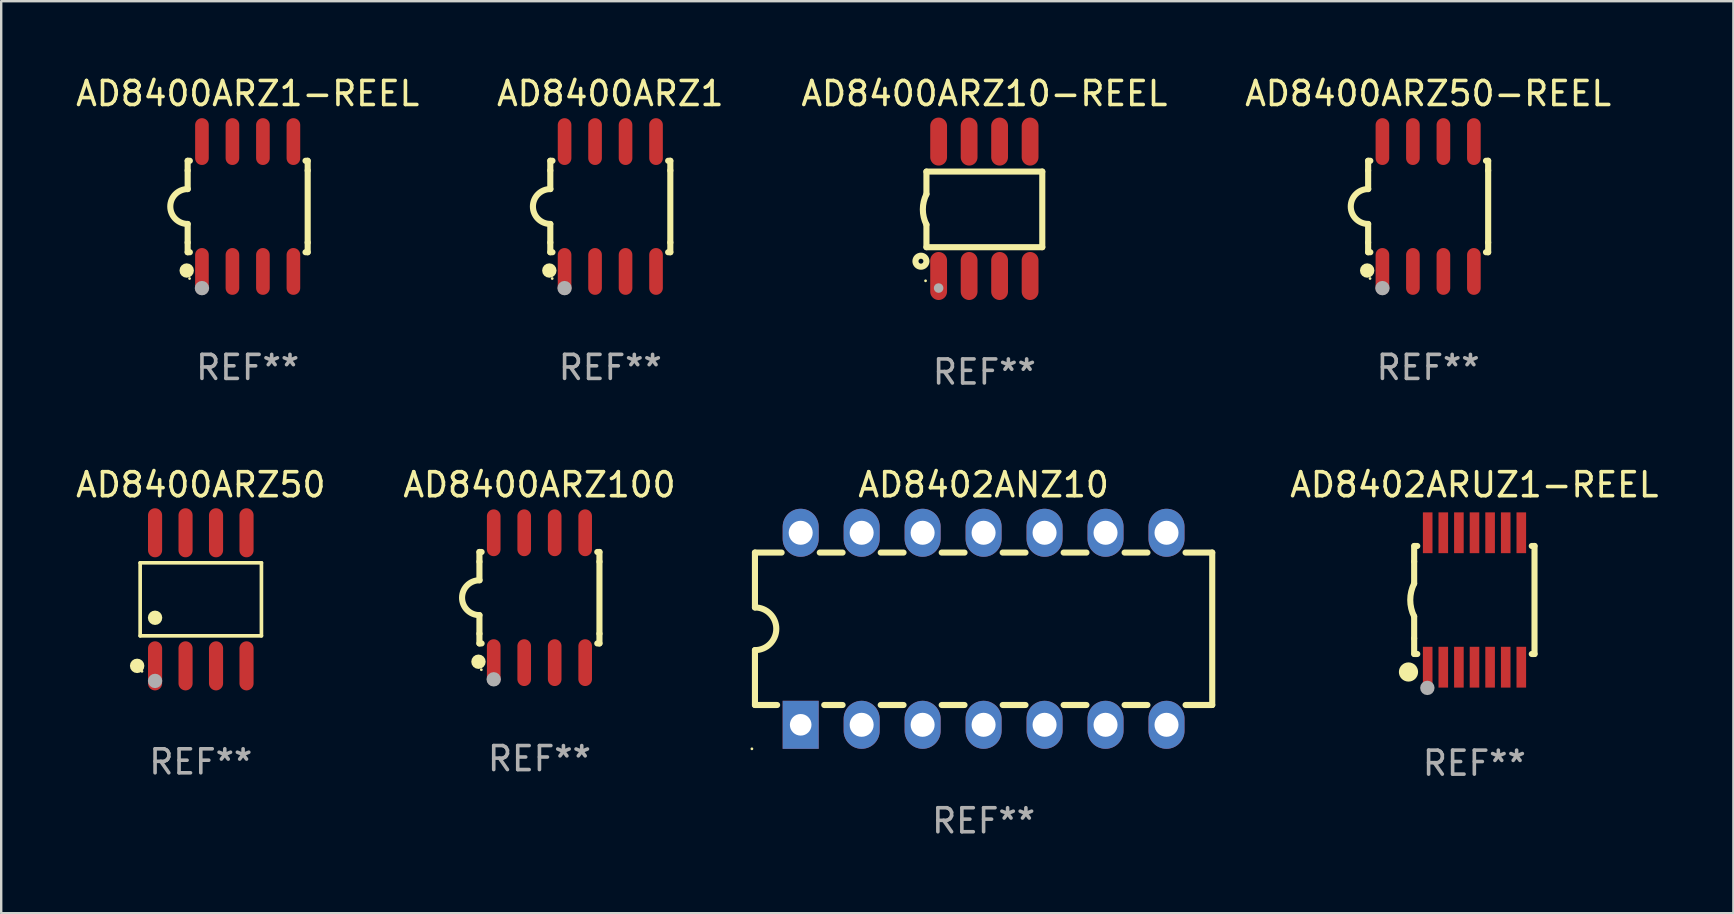
<source format=kicad_pcb>
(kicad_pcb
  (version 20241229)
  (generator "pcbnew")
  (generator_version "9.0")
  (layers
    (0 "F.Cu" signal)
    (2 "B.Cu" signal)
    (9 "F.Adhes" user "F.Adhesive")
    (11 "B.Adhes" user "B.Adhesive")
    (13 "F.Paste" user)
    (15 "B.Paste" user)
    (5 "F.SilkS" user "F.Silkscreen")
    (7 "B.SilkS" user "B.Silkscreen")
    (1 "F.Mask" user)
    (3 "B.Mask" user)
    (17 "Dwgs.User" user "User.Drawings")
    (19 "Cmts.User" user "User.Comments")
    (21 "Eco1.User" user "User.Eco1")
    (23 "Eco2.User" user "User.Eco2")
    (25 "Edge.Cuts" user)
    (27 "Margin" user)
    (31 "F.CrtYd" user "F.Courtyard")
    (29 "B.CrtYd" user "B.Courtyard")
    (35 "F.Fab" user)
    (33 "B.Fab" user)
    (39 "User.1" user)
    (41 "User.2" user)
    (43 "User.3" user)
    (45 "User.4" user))
  (footprint "AD8400ARZ50-REEL"
    (layer "F.Cu")
    (at 56.446 5.553)
    (property "Reference" "AD8400ARZ50-REEL" (at 0 -4.705 0) (layer "F.SilkS") (effects (font (size 1 1) (thickness 0.15))))
    (attr through_hole)
    (fp_line (start -2.5 -1.905) (end -2.409 -1.905) (stroke (width 0.254) (type solid)) (layer "F.SilkS"))
    (fp_line (start -2.5 -1.5) (end -2.5 -1.905) (stroke (width 0.254) (type solid)) (layer "F.SilkS"))
    (fp_line (start -2.5 -1.5) (end -2.5 -0.726) (stroke (width 0.254) (type solid)) (layer "F.SilkS"))
    (fp_line (start -2.5 1.5) (end -2.5 0.727) (stroke (width 0.254) (type solid)) (layer "F.SilkS"))
    (fp_line (start -2.5 1.5) (end -2.5 1.905) (stroke (width 0.254) (type solid)) (layer "F.SilkS"))
    (fp_line (start -2.5 1.905) (end -2.409 1.905) (stroke (width 0.254) (type solid)) (layer "F.SilkS"))
    (fp_line (start 2.5 -1.905) (end 2.409 -1.905) (stroke (width 0.254) (type solid)) (layer "F.SilkS"))
    (fp_line (start 2.5 -1.5) (end 2.5 -1.905) (stroke (width 0.254) (type solid)) (layer "F.SilkS"))
    (fp_line (start 2.5 -1.5) (end 2.5 1.5) (stroke (width 0.254) (type solid)) (layer "F.SilkS"))
    (fp_line (start 2.5 1.5) (end 2.5 1.905) (stroke (width 0.254) (type solid)) (layer "F.SilkS"))
    (fp_line (start 2.5 1.905) (end 2.409 1.905) (stroke (width 0.254) (type solid)) (layer "F.SilkS"))
    (fp_arc (start -2.5 0.726568) (mid -3.220316 -0.0023) (end -2.495097 -0.726289) (stroke (width 0.254001) (type solid)) (layer "F.SilkS"))
    (fp_circle (center -2.54 2.667) (end -2.39 2.667) (stroke (width 0.3) (type solid)) (fill no) (layer "F.SilkS"))
    (fp_circle (center -2.42 3) (end -2.39 3) (stroke (width 0.06) (type solid)) (fill no) (layer "F.SilkS"))
    (fp_circle (center -1.905 3.4) (end -1.755 3.4) (stroke (width 0.3) (type solid)) (fill no) (layer "F.Fab"))
    (fp_text user "REF**" (at 0 6.705 0) (layer "F.Fab") (effects (font (size 1 1) (thickness 0.15))))
    (pad "1" smd oval (at -1.905 2.705) (size 0.568 1.95) (layers "F.Cu" "F.Mask" "F.Paste"))
    (pad "2" smd oval (at -0.635 2.705) (size 0.568 1.95) (layers "F.Cu" "F.Mask" "F.Paste"))
    (pad "3" smd oval (at 0.635 2.705) (size 0.568 1.95) (layers "F.Cu" "F.Mask" "F.Paste"))
    (pad "4" smd oval (at 1.905 2.705) (size 0.568 1.95) (layers "F.Cu" "F.Mask" "F.Paste"))
    (pad "5" smd oval (at 1.905 -2.705) (size 0.568 1.95) (layers "F.Cu" "F.Mask" "F.Paste"))
    (pad "6" smd oval (at 0.635 -2.705) (size 0.568 1.95) (layers "F.Cu" "F.Mask" "F.Paste"))
    (pad "7" smd oval (at -0.635 -2.705) (size 0.568 1.95) (layers "F.Cu" "F.Mask" "F.Paste"))
    (pad "8" smd oval (at -1.905 -2.705) (size 0.568 1.95) (layers "F.Cu" "F.Mask" "F.Paste")))
  (footprint "AD8400ARZ10-REEL"
    (layer "F.Cu")
    (at 37.958 5.648)
    (property "Reference" "AD8400ARZ10-REEL" (at 0 -4.8 0) (layer "F.SilkS") (effects (font (size 1 1) (thickness 0.15))))
    (attr through_hole)
    (fp_line (start -2.413 -1.55) (end -2.413 -0.61) (stroke (width 0.254) (type solid)) (layer "F.SilkS"))
    (fp_line (start -2.413 0.66) (end -2.413 1.6) (stroke (width 0.254) (type solid)) (layer "F.SilkS"))
    (fp_line (start -2.413 1.6) (end 2.413 1.6) (stroke (width 0.254) (type solid)) (layer "F.SilkS"))
    (fp_line (start 2.413 -1.55) (end -2.413 -1.55) (stroke (width 0.254) (type solid)) (layer "F.SilkS"))
    (fp_line (start 2.413 1.6) (end 2.413 -1.55) (stroke (width 0.254) (type solid)) (layer "F.SilkS"))
    (fp_arc (start -2.413005 0.6603) (mid -2.562909 0.025298) (end -2.413005 -0.609703) (stroke (width 0.254001) (type solid)) (layer "F.SilkS"))
    (fp_circle (center -2.642 2.184) (end -2.54 2.184) (stroke (width 0.254) (type solid)) (fill no) (layer "F.SilkS"))
    (fp_circle (center -2.45 3) (end -2.42 3) (stroke (width 0.06) (type solid)) (fill no) (layer "F.SilkS"))
    (fp_circle (center -1.905 3.302) (end -1.805 3.302) (stroke (width 0.2) (type solid)) (fill no) (layer "F.Fab"))
    (fp_text user "REF**" (at 0 6.8 0) (layer "F.Fab") (effects (font (size 1 1) (thickness 0.15))))
    (pad "1" smd oval (at -1.905 2.8 180) (size 0.7 2) (layers "F.Cu" "F.Mask" "F.Paste"))
    (pad "2" smd oval (at -0.635 2.8 180) (size 0.7 2) (layers "F.Cu" "F.Mask" "F.Paste"))
    (pad "3" smd oval (at 0.635 2.8 180) (size 0.7 2) (layers "F.Cu" "F.Mask" "F.Paste"))
    (pad "4" smd oval (at 1.905 2.8 180) (size 0.7 2) (layers "F.Cu" "F.Mask" "F.Paste"))
    (pad "5" smd oval (at 1.905 -2.8 180) (size 0.7 2) (layers "F.Cu" "F.Mask" "F.Paste"))
    (pad "6" smd oval (at 0.635 -2.8 180) (size 0.7 2) (layers "F.Cu" "F.Mask" "F.Paste"))
    (pad "7" smd oval (at -0.635 -2.8 180) (size 0.7 2) (layers "F.Cu" "F.Mask" "F.Paste"))
    (pad "8" smd oval (at -1.905 -2.8 180) (size 0.7 2) (layers "F.Cu" "F.Mask" "F.Paste")))
  (footprint "AD8402ARUZ1-REEL"
    (layer "F.Cu")
    (at 58.37 21.945)
    (property "Reference" "AD8402ARUZ1-REEL" (at 0 -4.8 0) (layer "F.SilkS") (effects (font (size 1 1) (thickness 0.15))))
    (attr through_hole)
    (fp_line (start -2.507 -1.6) (end -2.507 -2.25) (stroke (width 0.254) (type solid)) (layer "F.SilkS"))
    (fp_line (start -2.507 -0.686) (end -2.507 -1.6) (stroke (width 0.254) (type solid)) (layer "F.SilkS"))
    (fp_line (start -2.507 1.6) (end -2.507 0.686) (stroke (width 0.254) (type solid)) (layer "F.SilkS"))
    (fp_line (start -2.507 1.6) (end -2.507 2.25) (stroke (width 0.254) (type solid)) (layer "F.SilkS"))
    (fp_line (start -2.493 -2.25) (end -2.377 -2.25) (stroke (width 0.254) (type solid)) (layer "F.SilkS"))
    (fp_line (start -2.377 2.25) (end -2.493 2.25) (stroke (width 0.254) (type solid)) (layer "F.SilkS"))
    (fp_line (start 2.392 -2.25) (end 2.507 -2.25) (stroke (width 0.254) (type solid)) (layer "F.SilkS"))
    (fp_line (start 2.507 -2.25) (end 2.507 2.25) (stroke (width 0.254) (type solid)) (layer "F.SilkS"))
    (fp_line (start 2.507 2.25) (end 2.392 2.25) (stroke (width 0.254) (type solid)) (layer "F.SilkS"))
    (fp_arc (start -2.507303 0.685802) (mid -2.669199 0) (end -2.507303 -0.685801) (stroke (width 0.254001) (type solid)) (layer "F.SilkS"))
    (fp_circle (center -2.743 3) (end -2.543 3) (stroke (width 0.4) (type solid)) (fill no) (layer "F.SilkS"))
    (fp_circle (center -2.493 3.2) (end -2.463 3.2) (stroke (width 0.06) (type solid)) (fill no) (layer "F.SilkS"))
    (fp_circle (center -1.957 3.662) (end -1.807 3.662) (stroke (width 0.3) (type solid)) (fill no) (layer "F.Fab"))
    (fp_text user "REF**" (at 0 6.8 0) (layer "F.Fab") (effects (font (size 1 1) (thickness 0.15))))
    (pad "1" smd rect (at -1.943 2.8) (size 0.4 1.7) (layers "F.Cu" "F.Mask" "F.Paste"))
    (pad "2" smd rect (at -1.293 2.8) (size 0.4 1.7) (layers "F.Cu" "F.Mask" "F.Paste"))
    (pad "3" smd rect (at -0.643 2.8) (size 0.4 1.7) (layers "F.Cu" "F.Mask" "F.Paste"))
    (pad "4" smd rect (at 0.007 2.8) (size 0.4 1.7) (layers "F.Cu" "F.Mask" "F.Paste"))
    (pad "5" smd rect (at 0.657 2.8) (size 0.4 1.7) (layers "F.Cu" "F.Mask" "F.Paste"))
    (pad "6" smd rect (at 1.307 2.8) (size 0.4 1.7) (layers "F.Cu" "F.Mask" "F.Paste"))
    (pad "7" smd rect (at 1.957 2.8) (size 0.4 1.7) (layers "F.Cu" "F.Mask" "F.Paste"))
    (pad "8" smd rect (at 1.957 -2.8) (size 0.4 1.7) (layers "F.Cu" "F.Mask" "F.Paste"))
    (pad "9" smd rect (at 1.307 -2.8) (size 0.4 1.7) (layers "F.Cu" "F.Mask" "F.Paste"))
    (pad "10" smd rect (at 0.657 -2.8) (size 0.4 1.7) (layers "F.Cu" "F.Mask" "F.Paste"))
    (pad "11" smd rect (at 0.007 -2.8) (size 0.4 1.7) (layers "F.Cu" "F.Mask" "F.Paste"))
    (pad "12" smd rect (at -0.643 -2.8) (size 0.4 1.7) (layers "F.Cu" "F.Mask" "F.Paste"))
    (pad "13" smd rect (at -1.293 -2.8) (size 0.4 1.7) (layers "F.Cu" "F.Mask" "F.Paste"))
    (pad "14" smd rect (at -1.943 -2.8) (size 0.4 1.7) (layers "F.Cu" "F.Mask" "F.Paste")))
  (footprint "AD8400ARZ1-REEL"
    (layer "F.Cu")
    (at 7.268 5.553)
    (property "Reference" "AD8400ARZ1-REEL" (at 0 -4.705 0) (layer "F.SilkS") (effects (font (size 1 1) (thickness 0.15))))
    (attr through_hole)
    (fp_line (start -2.5 -1.905) (end -2.409 -1.905) (stroke (width 0.254) (type solid)) (layer "F.SilkS"))
    (fp_line (start -2.5 -1.5) (end -2.5 -1.905) (stroke (width 0.254) (type solid)) (layer "F.SilkS"))
    (fp_line (start -2.5 -1.5) (end -2.5 -0.726) (stroke (width 0.254) (type solid)) (layer "F.SilkS"))
    (fp_line (start -2.5 1.5) (end -2.5 0.727) (stroke (width 0.254) (type solid)) (layer "F.SilkS"))
    (fp_line (start -2.5 1.5) (end -2.5 1.905) (stroke (width 0.254) (type solid)) (layer "F.SilkS"))
    (fp_line (start -2.5 1.905) (end -2.409 1.905) (stroke (width 0.254) (type solid)) (layer "F.SilkS"))
    (fp_line (start 2.5 -1.905) (end 2.409 -1.905) (stroke (width 0.254) (type solid)) (layer "F.SilkS"))
    (fp_line (start 2.5 -1.5) (end 2.5 -1.905) (stroke (width 0.254) (type solid)) (layer "F.SilkS"))
    (fp_line (start 2.5 -1.5) (end 2.5 1.5) (stroke (width 0.254) (type solid)) (layer "F.SilkS"))
    (fp_line (start 2.5 1.5) (end 2.5 1.905) (stroke (width 0.254) (type solid)) (layer "F.SilkS"))
    (fp_line (start 2.5 1.905) (end 2.409 1.905) (stroke (width 0.254) (type solid)) (layer "F.SilkS"))
    (fp_arc (start -2.5 0.726568) (mid -3.220316 -0.0023) (end -2.495097 -0.726289) (stroke (width 0.254001) (type solid)) (layer "F.SilkS"))
    (fp_circle (center -2.54 2.667) (end -2.39 2.667) (stroke (width 0.3) (type solid)) (fill no) (layer "F.SilkS"))
    (fp_circle (center -2.42 3) (end -2.39 3) (stroke (width 0.06) (type solid)) (fill no) (layer "F.SilkS"))
    (fp_circle (center -1.905 3.4) (end -1.755 3.4) (stroke (width 0.3) (type solid)) (fill no) (layer "F.Fab"))
    (fp_text user "REF**" (at 0 6.705 0) (layer "F.Fab") (effects (font (size 1 1) (thickness 0.15))))
    (pad "1" smd oval (at -1.905 2.705) (size 0.568 1.95) (layers "F.Cu" "F.Mask" "F.Paste"))
    (pad "2" smd oval (at -0.635 2.705) (size 0.568 1.95) (layers "F.Cu" "F.Mask" "F.Paste"))
    (pad "3" smd oval (at 0.635 2.705) (size 0.568 1.95) (layers "F.Cu" "F.Mask" "F.Paste"))
    (pad "4" smd oval (at 1.905 2.705) (size 0.568 1.95) (layers "F.Cu" "F.Mask" "F.Paste"))
    (pad "5" smd oval (at 1.905 -2.705) (size 0.568 1.95) (layers "F.Cu" "F.Mask" "F.Paste"))
    (pad "6" smd oval (at 0.635 -2.705) (size 0.568 1.95) (layers "F.Cu" "F.Mask" "F.Paste"))
    (pad "7" smd oval (at -0.635 -2.705) (size 0.568 1.95) (layers "F.Cu" "F.Mask" "F.Paste"))
    (pad "8" smd oval (at -1.905 -2.705) (size 0.568 1.95) (layers "F.Cu" "F.Mask" "F.Paste")))
  (footprint "AD8400ARZ1"
    (layer "F.Cu")
    (at 22.375 5.553)
    (property "Reference" "AD8400ARZ1" (at 0 -4.705 0) (layer "F.SilkS") (effects (font (size 1 1) (thickness 0.15))))
    (attr through_hole)
    (fp_line (start -2.5 -1.905) (end -2.409 -1.905) (stroke (width 0.254) (type solid)) (layer "F.SilkS"))
    (fp_line (start -2.5 -1.5) (end -2.5 -1.905) (stroke (width 0.254) (type solid)) (layer "F.SilkS"))
    (fp_line (start -2.5 -1.5) (end -2.5 -0.726) (stroke (width 0.254) (type solid)) (layer "F.SilkS"))
    (fp_line (start -2.5 1.5) (end -2.5 0.727) (stroke (width 0.254) (type solid)) (layer "F.SilkS"))
    (fp_line (start -2.5 1.5) (end -2.5 1.905) (stroke (width 0.254) (type solid)) (layer "F.SilkS"))
    (fp_line (start -2.5 1.905) (end -2.409 1.905) (stroke (width 0.254) (type solid)) (layer "F.SilkS"))
    (fp_line (start 2.5 -1.905) (end 2.409 -1.905) (stroke (width 0.254) (type solid)) (layer "F.SilkS"))
    (fp_line (start 2.5 -1.5) (end 2.5 -1.905) (stroke (width 0.254) (type solid)) (layer "F.SilkS"))
    (fp_line (start 2.5 -1.5) (end 2.5 1.5) (stroke (width 0.254) (type solid)) (layer "F.SilkS"))
    (fp_line (start 2.5 1.5) (end 2.5 1.905) (stroke (width 0.254) (type solid)) (layer "F.SilkS"))
    (fp_line (start 2.5 1.905) (end 2.409 1.905) (stroke (width 0.254) (type solid)) (layer "F.SilkS"))
    (fp_arc (start -2.5 0.726568) (mid -3.220316 -0.0023) (end -2.495097 -0.726289) (stroke (width 0.254001) (type solid)) (layer "F.SilkS"))
    (fp_circle (center -2.54 2.667) (end -2.39 2.667) (stroke (width 0.3) (type solid)) (fill no) (layer "F.SilkS"))
    (fp_circle (center -2.42 3) (end -2.39 3) (stroke (width 0.06) (type solid)) (fill no) (layer "F.SilkS"))
    (fp_circle (center -1.905 3.4) (end -1.755 3.4) (stroke (width 0.3) (type solid)) (fill no) (layer "F.Fab"))
    (fp_text user "REF**" (at 0 6.705 0) (layer "F.Fab") (effects (font (size 1 1) (thickness 0.15))))
    (pad "1" smd oval (at -1.905 2.705) (size 0.568 1.95) (layers "F.Cu" "F.Mask" "F.Paste"))
    (pad "2" smd oval (at -0.635 2.705) (size 0.568 1.95) (layers "F.Cu" "F.Mask" "F.Paste"))
    (pad "3" smd oval (at 0.635 2.705) (size 0.568 1.95) (layers "F.Cu" "F.Mask" "F.Paste"))
    (pad "4" smd oval (at 1.905 2.705) (size 0.568 1.95) (layers "F.Cu" "F.Mask" "F.Paste"))
    (pad "5" smd oval (at 1.905 -2.705) (size 0.568 1.95) (layers "F.Cu" "F.Mask" "F.Paste"))
    (pad "6" smd oval (at 0.635 -2.705) (size 0.568 1.95) (layers "F.Cu" "F.Mask" "F.Paste"))
    (pad "7" smd oval (at -0.635 -2.705) (size 0.568 1.95) (layers "F.Cu" "F.Mask" "F.Paste"))
    (pad "8" smd oval (at -1.905 -2.705) (size 0.568 1.95) (layers "F.Cu" "F.Mask" "F.Paste")))
  (footprint "AD8402ANZ10"
    (layer "F.Cu")
    (at 37.926 23.145)
    (property "Reference" "AD8402ANZ10" (at 0 -6 0) (layer "F.SilkS") (effects (font (size 1 1) (thickness 0.15))))
    (attr through_hole)
    (fp_line (start -9.525 -3.175) (end -9.525 -0.889) (stroke (width 0.254) (type solid)) (layer "F.SilkS"))
    (fp_line (start -9.525 -3.175) (end -8.414 -3.175) (stroke (width 0.254) (type solid)) (layer "F.SilkS"))
    (fp_line (start -9.525 3.175) (end -9.525 0.889) (stroke (width 0.254) (type solid)) (layer "F.SilkS"))
    (fp_line (start -8.601 3.175) (end -9.525 3.175) (stroke (width 0.254) (type solid)) (layer "F.SilkS"))
    (fp_line (start -6.826 -3.175) (end -5.874 -3.175) (stroke (width 0.254) (type solid)) (layer "F.SilkS"))
    (fp_line (start -5.874 3.175) (end -6.639 3.175) (stroke (width 0.254) (type solid)) (layer "F.SilkS"))
    (fp_line (start -4.286 -3.175) (end -3.334 -3.175) (stroke (width 0.254) (type solid)) (layer "F.SilkS"))
    (fp_line (start -3.334 3.175) (end -4.286 3.175) (stroke (width 0.254) (type solid)) (layer "F.SilkS"))
    (fp_line (start -1.746 -3.175) (end -0.794 -3.175) (stroke (width 0.254) (type solid)) (layer "F.SilkS"))
    (fp_line (start -0.794 3.175) (end -1.746 3.175) (stroke (width 0.254) (type solid)) (layer "F.SilkS"))
    (fp_line (start 0.794 -3.175) (end 1.746 -3.175) (stroke (width 0.254) (type solid)) (layer "F.SilkS"))
    (fp_line (start 1.746 3.175) (end 0.794 3.175) (stroke (width 0.254) (type solid)) (layer "F.SilkS"))
    (fp_line (start 3.334 -3.175) (end 4.286 -3.175) (stroke (width 0.254) (type solid)) (layer "F.SilkS"))
    (fp_line (start 4.286 3.175) (end 3.334 3.175) (stroke (width 0.254) (type solid)) (layer "F.SilkS"))
    (fp_line (start 5.874 -3.175) (end 6.826 -3.175) (stroke (width 0.254) (type solid)) (layer "F.SilkS"))
    (fp_line (start 6.826 3.175) (end 5.874 3.175) (stroke (width 0.254) (type solid)) (layer "F.SilkS"))
    (fp_line (start 8.414 -3.175) (end 9.525 -3.175) (stroke (width 0.254) (type solid)) (layer "F.SilkS"))
    (fp_line (start 9.525 -3.175) (end 9.525 3.175) (stroke (width 0.254) (type solid)) (layer "F.SilkS"))
    (fp_line (start 9.525 3.175) (end 8.414 3.175) (stroke (width 0.254) (type solid)) (layer "F.SilkS"))
    (fp_arc (start -9.525019 -0.889002) (mid -8.636017 0) (end -9.525019 0.889002) (stroke (width 0.254001) (type solid)) (layer "F.SilkS"))
    (fp_circle (center -9.652 5) (end -9.622 5) (stroke (width 0.06) (type solid)) (fill no) (layer "F.SilkS"))
    (fp_text user "REF**" (at 0 8 0) (layer "F.Fab") (effects (font (size 1 1) (thickness 0.15))))
    (pad "1" thru_hole rect (at -7.62 4 90) (size 2 1.5) (drill 0.9) (layers "*.Cu" "*.Mask"))
    (pad "2" thru_hole oval (at -5.08 4 90) (size 2 1.5) (drill 1) (layers "*.Cu" "*.Mask"))
    (pad "3" thru_hole oval (at -2.54 4 90) (size 2 1.5) (drill 1) (layers "*.Cu" "*.Mask"))
    (pad "4" thru_hole oval (at 0 4 90) (size 2 1.5) (drill 1) (layers "*.Cu" "*.Mask"))
    (pad "5" thru_hole oval (at 2.54 4 90) (size 2 1.5) (drill 1) (layers "*.Cu" "*.Mask"))
    (pad "6" thru_hole oval (at 5.08 4 90) (size 2 1.5) (drill 1) (layers "*.Cu" "*.Mask"))
    (pad "7" thru_hole oval (at 7.62 4 90) (size 2 1.5) (drill 1) (layers "*.Cu" "*.Mask"))
    (pad "8" thru_hole oval (at 7.62 -4 90) (size 2 1.5) (drill 1) (layers "*.Cu" "*.Mask"))
    (pad "9" thru_hole oval (at 5.08 -4 90) (size 2 1.5) (drill 1) (layers "*.Cu" "*.Mask"))
    (pad "10" thru_hole oval (at 2.54 -4 90) (size 2 1.5) (drill 1) (layers "*.Cu" "*.Mask"))
    (pad "11" thru_hole oval (at 0 -4 90) (size 2 1.5) (drill 1) (layers "*.Cu" "*.Mask"))
    (pad "12" thru_hole oval (at -2.54 -4 90) (size 2 1.5) (drill 1) (layers "*.Cu" "*.Mask"))
    (pad "13" thru_hole oval (at -5.08 -4 90) (size 2 1.5) (drill 1) (layers "*.Cu" "*.Mask"))
    (pad "14" thru_hole oval (at -7.62 -4 90) (size 2 1.5) (drill 1) (layers "*.Cu" "*.Mask")))
  (footprint "AD8400ARZ100"
    (layer "F.Cu")
    (at 19.423 21.85)
    (property "Reference" "AD8400ARZ100" (at 0 -4.705 0) (layer "F.SilkS") (effects (font (size 1 1) (thickness 0.15))))
    (attr through_hole)
    (fp_line (start -2.5 -1.905) (end -2.409 -1.905) (stroke (width 0.254) (type solid)) (layer "F.SilkS"))
    (fp_line (start -2.5 -1.5) (end -2.5 -1.905) (stroke (width 0.254) (type solid)) (layer "F.SilkS"))
    (fp_line (start -2.5 -1.5) (end -2.5 -0.726) (stroke (width 0.254) (type solid)) (layer "F.SilkS"))
    (fp_line (start -2.5 1.5) (end -2.5 0.727) (stroke (width 0.254) (type solid)) (layer "F.SilkS"))
    (fp_line (start -2.5 1.5) (end -2.5 1.905) (stroke (width 0.254) (type solid)) (layer "F.SilkS"))
    (fp_line (start -2.5 1.905) (end -2.409 1.905) (stroke (width 0.254) (type solid)) (layer "F.SilkS"))
    (fp_line (start 2.5 -1.905) (end 2.409 -1.905) (stroke (width 0.254) (type solid)) (layer "F.SilkS"))
    (fp_line (start 2.5 -1.5) (end 2.5 -1.905) (stroke (width 0.254) (type solid)) (layer "F.SilkS"))
    (fp_line (start 2.5 -1.5) (end 2.5 1.5) (stroke (width 0.254) (type solid)) (layer "F.SilkS"))
    (fp_line (start 2.5 1.5) (end 2.5 1.905) (stroke (width 0.254) (type solid)) (layer "F.SilkS"))
    (fp_line (start 2.5 1.905) (end 2.409 1.905) (stroke (width 0.254) (type solid)) (layer "F.SilkS"))
    (fp_arc (start -2.5 0.726568) (mid -3.220316 -0.0023) (end -2.495097 -0.726289) (stroke (width 0.254001) (type solid)) (layer "F.SilkS"))
    (fp_circle (center -2.54 2.667) (end -2.39 2.667) (stroke (width 0.3) (type solid)) (fill no) (layer "F.SilkS"))
    (fp_circle (center -2.42 3) (end -2.39 3) (stroke (width 0.06) (type solid)) (fill no) (layer "F.SilkS"))
    (fp_circle (center -1.905 3.4) (end -1.755 3.4) (stroke (width 0.3) (type solid)) (fill no) (layer "F.Fab"))
    (fp_text user "REF**" (at 0 6.705 0) (layer "F.Fab") (effects (font (size 1 1) (thickness 0.15))))
    (pad "1" smd oval (at -1.905 2.705) (size 0.568 1.95) (layers "F.Cu" "F.Mask" "F.Paste"))
    (pad "2" smd oval (at -0.635 2.705) (size 0.568 1.95) (layers "F.Cu" "F.Mask" "F.Paste"))
    (pad "3" smd oval (at 0.635 2.705) (size 0.568 1.95) (layers "F.Cu" "F.Mask" "F.Paste"))
    (pad "4" smd oval (at 1.905 2.705) (size 0.568 1.95) (layers "F.Cu" "F.Mask" "F.Paste"))
    (pad "5" smd oval (at 1.905 -2.705) (size 0.568 1.95) (layers "F.Cu" "F.Mask" "F.Paste"))
    (pad "6" smd oval (at 0.635 -2.705) (size 0.568 1.95) (layers "F.Cu" "F.Mask" "F.Paste"))
    (pad "7" smd oval (at -0.635 -2.705) (size 0.568 1.95) (layers "F.Cu" "F.Mask" "F.Paste"))
    (pad "8" smd oval (at -1.905 -2.705) (size 0.568 1.95) (layers "F.Cu" "F.Mask" "F.Paste")))
  (footprint "AD8400ARZ50"
    (layer "F.Cu")
    (at 5.315 21.917)
    (property "Reference" "AD8400ARZ50" (at 0 -4.772 0) (layer "F.SilkS") (effects (font (size 1 1) (thickness 0.15))))
    (attr through_hole)
    (fp_line (start -2.526 -1.521) (end 2.526 -1.521) (stroke (width 0.152) (type solid)) (layer "F.SilkS"))
    (fp_line (start -2.526 1.521) (end -2.526 -1.521) (stroke (width 0.152) (type solid)) (layer "F.SilkS"))
    (fp_line (start 2.526 -1.521) (end 2.526 1.521) (stroke (width 0.152) (type solid)) (layer "F.SilkS"))
    (fp_line (start 2.526 1.521) (end -2.526 1.521) (stroke (width 0.152) (type solid)) (layer "F.SilkS"))
    (fp_circle (center -2.652 2.772) (end -2.501 2.772) (stroke (width 0.3) (type solid)) (fill no) (layer "F.SilkS"))
    (fp_circle (center -2.45 3) (end -2.42 3) (stroke (width 0.06) (type solid)) (fill no) (layer "F.SilkS"))
    (fp_circle (center -1.905 0.769) (end -1.755 0.769) (stroke (width 0.3) (type solid)) (fill no) (layer "F.SilkS"))
    (fp_circle (center -1.905 3.4) (end -1.755 3.4) (stroke (width 0.3) (type solid)) (fill no) (layer "F.Fab"))
    (fp_text user "REF**" (at 0 6.772 0) (layer "F.Fab") (effects (font (size 1 1) (thickness 0.15))))
    (pad "1" smd oval (at -1.905 2.772) (size 0.588 2.045) (layers "F.Cu" "F.Mask" "F.Paste"))
    (pad "2" smd oval (at -0.635 2.772) (size 0.588 2.045) (layers "F.Cu" "F.Mask" "F.Paste"))
    (pad "3" smd oval (at 0.635 2.772) (size 0.588 2.045) (layers "F.Cu" "F.Mask" "F.Paste"))
    (pad "4" smd oval (at 1.905 2.772) (size 0.588 2.045) (layers "F.Cu" "F.Mask" "F.Paste"))
    (pad "5" smd oval (at 1.905 -2.772) (size 0.588 2.045) (layers "F.Cu" "F.Mask" "F.Paste"))
    (pad "6" smd oval (at 0.635 -2.772) (size 0.588 2.045) (layers "F.Cu" "F.Mask" "F.Paste"))
    (pad "7" smd oval (at -0.635 -2.772) (size 0.588 2.045) (layers "F.Cu" "F.Mask" "F.Paste"))
    (pad "8" smd oval (at -1.905 -2.772) (size 0.588 2.045) (layers "F.Cu" "F.Mask" "F.Paste")))
  (gr_rect
    (start -3 -3)
    (end 69.162 34.993)
    (stroke (width 0.1) (type default))
    (fill no)
    (layer "Edge.Cuts")))
</source>
